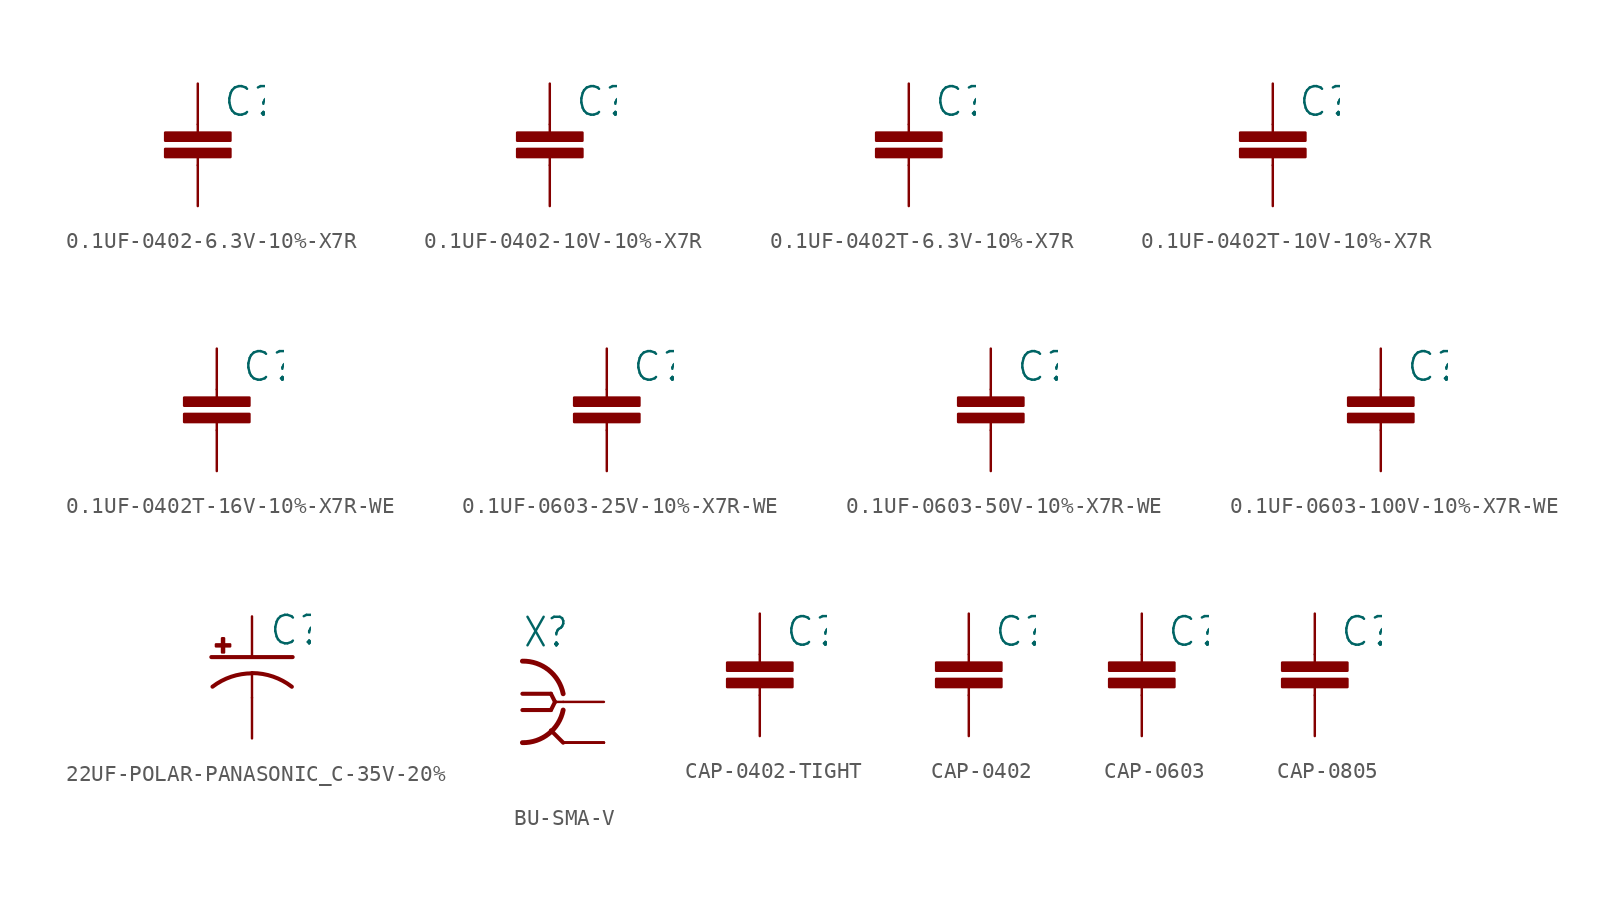
<source format=kicad_sym>
(kicad_symbol_lib
  (version 20231120)
  (generator "kicad_symbol_editor")
  (generator_version "8.0")
  (symbol "0.1UF-0402-6.3V-10%-X7R"
    (property "Reference" "C"
      (at 1.524 2.921 0)
      (effects (font (size 1.778 1.778)) (justify left bottom)))
    (property "Value" ""
      (at 1.524 -2.159 0)
      (effects (font (size 1.778 1.778)) (justify left bottom)))
    (property "ki_locked" ""
      (at 0 0 0)
      (effects (font (size 1.27 1.27))))
    (symbol "0.1UF-0402-6.3V-10%-X7R_1_0"
      (rectangle (start -2.032 0.508) (end 2.032 1.016) (stroke (width 0) (type default)) (fill (type outline)))
      (rectangle (start -2.032 1.524) (end 2.032 2.032) (stroke (width 0) (type default)) (fill (type outline)))
      (polyline (pts (xy 0 0) (xy 0 0.508)) (stroke (width 0.152) (type solid)) (fill (type none)))
      (polyline (pts (xy 0 2.54) (xy 0 2.032)) (stroke (width 0.152) (type solid)) (fill (type none)))
      (pin passive line (at 0 5.08 270) (length 2.54) (name "1" (effects (font (size 0 0)))) (number "1" (effects (font (size 0 0)))))
      (pin passive line (at 0 -2.54 90) (length 2.54) (name "2" (effects (font (size 0 0)))) (number "2" (effects (font (size 0 0)))))))
  (symbol "0.1UF-0402-10V-10%-X7R"
    (property "Reference" "C"
      (at 1.524 2.921 0)
      (effects (font (size 1.778 1.778)) (justify left bottom)))
    (property "Value" ""
      (at 1.524 -2.159 0)
      (effects (font (size 1.778 1.778)) (justify left bottom)))
    (property "ki_locked" ""
      (at 0 0 0)
      (effects (font (size 1.27 1.27))))
    (symbol "0.1UF-0402-10V-10%-X7R_1_0"
      (rectangle (start -2.032 0.508) (end 2.032 1.016) (stroke (width 0) (type default)) (fill (type outline)))
      (rectangle (start -2.032 1.524) (end 2.032 2.032) (stroke (width 0) (type default)) (fill (type outline)))
      (polyline (pts (xy 0 0) (xy 0 0.508)) (stroke (width 0.152) (type solid)) (fill (type none)))
      (polyline (pts (xy 0 2.54) (xy 0 2.032)) (stroke (width 0.152) (type solid)) (fill (type none)))
      (pin passive line (at 0 5.08 270) (length 2.54) (name "1" (effects (font (size 0 0)))) (number "1" (effects (font (size 0 0)))))
      (pin passive line (at 0 -2.54 90) (length 2.54) (name "2" (effects (font (size 0 0)))) (number "2" (effects (font (size 0 0)))))))
  (symbol "0.1UF-0402T-6.3V-10%-X7R"
    (property "Reference" "C"
      (at 1.524 2.921 0)
      (effects (font (size 1.778 1.778)) (justify left bottom)))
    (property "Value" ""
      (at 1.524 -2.159 0)
      (effects (font (size 1.778 1.778)) (justify left bottom)))
    (property "ki_locked" ""
      (at 0 0 0)
      (effects (font (size 1.27 1.27))))
    (symbol "0.1UF-0402T-6.3V-10%-X7R_1_0"
      (rectangle (start -2.032 0.508) (end 2.032 1.016) (stroke (width 0) (type default)) (fill (type outline)))
      (rectangle (start -2.032 1.524) (end 2.032 2.032) (stroke (width 0) (type default)) (fill (type outline)))
      (polyline (pts (xy 0 0) (xy 0 0.508)) (stroke (width 0.152) (type solid)) (fill (type none)))
      (polyline (pts (xy 0 2.54) (xy 0 2.032)) (stroke (width 0.152) (type solid)) (fill (type none)))
      (pin passive line (at 0 5.08 270) (length 2.54) (name "1" (effects (font (size 0 0)))) (number "1" (effects (font (size 0 0)))))
      (pin passive line (at 0 -2.54 90) (length 2.54) (name "2" (effects (font (size 0 0)))) (number "2" (effects (font (size 0 0)))))))
  (symbol "0.1UF-0402T-10V-10%-X7R"
    (property "Reference" "C"
      (at 1.524 2.921 0)
      (effects (font (size 1.778 1.778)) (justify left bottom)))
    (property "Value" ""
      (at 1.524 -2.159 0)
      (effects (font (size 1.778 1.778)) (justify left bottom)))
    (property "ki_locked" ""
      (at 0 0 0)
      (effects (font (size 1.27 1.27))))
    (symbol "0.1UF-0402T-10V-10%-X7R_1_0"
      (rectangle (start -2.032 0.508) (end 2.032 1.016) (stroke (width 0) (type default)) (fill (type outline)))
      (rectangle (start -2.032 1.524) (end 2.032 2.032) (stroke (width 0) (type default)) (fill (type outline)))
      (polyline (pts (xy 0 0) (xy 0 0.508)) (stroke (width 0.152) (type solid)) (fill (type none)))
      (polyline (pts (xy 0 2.54) (xy 0 2.032)) (stroke (width 0.152) (type solid)) (fill (type none)))
      (pin passive line (at 0 5.08 270) (length 2.54) (name "1" (effects (font (size 0 0)))) (number "1" (effects (font (size 0 0)))))
      (pin passive line (at 0 -2.54 90) (length 2.54) (name "2" (effects (font (size 0 0)))) (number "2" (effects (font (size 0 0)))))))
  (symbol "0.1UF-0402T-16V-10%-X7R-WE"
    (property "Reference" "C"
      (at 1.524 2.921 0)
      (effects (font (size 1.778 1.778)) (justify left bottom)))
    (property "Value" ""
      (at 1.524 -2.159 0)
      (effects (font (size 1.778 1.778)) (justify left bottom)))
    (property "ki_locked" ""
      (at 0 0 0)
      (effects (font (size 1.27 1.27))))
    (symbol "0.1UF-0402T-16V-10%-X7R-WE_1_0"
      (rectangle (start -2.032 0.508) (end 2.032 1.016) (stroke (width 0) (type default)) (fill (type outline)))
      (rectangle (start -2.032 1.524) (end 2.032 2.032) (stroke (width 0) (type default)) (fill (type outline)))
      (polyline (pts (xy 0 0) (xy 0 0.508)) (stroke (width 0.152) (type solid)) (fill (type none)))
      (polyline (pts (xy 0 2.54) (xy 0 2.032)) (stroke (width 0.152) (type solid)) (fill (type none)))
      (pin passive line (at 0 5.08 270) (length 2.54) (name "1" (effects (font (size 0 0)))) (number "1" (effects (font (size 0 0)))))
      (pin passive line (at 0 -2.54 90) (length 2.54) (name "2" (effects (font (size 0 0)))) (number "2" (effects (font (size 0 0)))))))
  (symbol "0.1UF-0603-25V-10%-X7R-WE"
    (property "Reference" "C"
      (at 1.524 2.921 0)
      (effects (font (size 1.778 1.778)) (justify left bottom)))
    (property "Value" ""
      (at 1.524 -2.159 0)
      (effects (font (size 1.778 1.778)) (justify left bottom)))
    (property "ki_locked" ""
      (at 0 0 0)
      (effects (font (size 1.27 1.27))))
    (symbol "0.1UF-0603-25V-10%-X7R-WE_1_0"
      (rectangle (start -2.032 0.508) (end 2.032 1.016) (stroke (width 0) (type default)) (fill (type outline)))
      (rectangle (start -2.032 1.524) (end 2.032 2.032) (stroke (width 0) (type default)) (fill (type outline)))
      (polyline (pts (xy 0 0) (xy 0 0.508)) (stroke (width 0.152) (type solid)) (fill (type none)))
      (polyline (pts (xy 0 2.54) (xy 0 2.032)) (stroke (width 0.152) (type solid)) (fill (type none)))
      (pin passive line (at 0 5.08 270) (length 2.54) (name "1" (effects (font (size 0 0)))) (number "1" (effects (font (size 0 0)))))
      (pin passive line (at 0 -2.54 90) (length 2.54) (name "2" (effects (font (size 0 0)))) (number "2" (effects (font (size 0 0)))))))
  (symbol "0.1UF-0603-50V-10%-X7R-WE"
    (property "Reference" "C"
      (at 1.524 2.921 0)
      (effects (font (size 1.778 1.778)) (justify left bottom)))
    (property "Value" ""
      (at 1.524 -2.159 0)
      (effects (font (size 1.778 1.778)) (justify left bottom)))
    (property "ki_locked" ""
      (at 0 0 0)
      (effects (font (size 1.27 1.27))))
    (symbol "0.1UF-0603-50V-10%-X7R-WE_1_0"
      (rectangle (start -2.032 0.508) (end 2.032 1.016) (stroke (width 0) (type default)) (fill (type outline)))
      (rectangle (start -2.032 1.524) (end 2.032 2.032) (stroke (width 0) (type default)) (fill (type outline)))
      (polyline (pts (xy 0 0) (xy 0 0.508)) (stroke (width 0.152) (type solid)) (fill (type none)))
      (polyline (pts (xy 0 2.54) (xy 0 2.032)) (stroke (width 0.152) (type solid)) (fill (type none)))
      (pin passive line (at 0 5.08 270) (length 2.54) (name "1" (effects (font (size 0 0)))) (number "1" (effects (font (size 0 0)))))
      (pin passive line (at 0 -2.54 90) (length 2.54) (name "2" (effects (font (size 0 0)))) (number "2" (effects (font (size 0 0)))))))
  (symbol "0.1UF-0603-100V-10%-X7R-WE"
    (property "Reference" "C"
      (at 1.524 2.921 0)
      (effects (font (size 1.778 1.778)) (justify left bottom)))
    (property "Value" ""
      (at 1.524 -2.159 0)
      (effects (font (size 1.778 1.778)) (justify left bottom)))
    (property "ki_locked" ""
      (at 0 0 0)
      (effects (font (size 1.27 1.27))))
    (symbol "0.1UF-0603-100V-10%-X7R-WE_1_0"
      (rectangle (start -2.032 0.508) (end 2.032 1.016) (stroke (width 0) (type default)) (fill (type outline)))
      (rectangle (start -2.032 1.524) (end 2.032 2.032) (stroke (width 0) (type default)) (fill (type outline)))
      (polyline (pts (xy 0 0) (xy 0 0.508)) (stroke (width 0.152) (type solid)) (fill (type none)))
      (polyline (pts (xy 0 2.54) (xy 0 2.032)) (stroke (width 0.152) (type solid)) (fill (type none)))
      (pin passive line (at 0 5.08 270) (length 2.54) (name "1" (effects (font (size 0 0)))) (number "1" (effects (font (size 0 0)))))
      (pin passive line (at 0 -2.54 90) (length 2.54) (name "2" (effects (font (size 0 0)))) (number "2" (effects (font (size 0 0)))))))
  (symbol "22UF-POLAR-PANASONIC_C-35V-20%"
    (property "Reference" "C"
      (at 1.016 0.635 0)
      (effects (font (size 1.778 1.778)) (justify left bottom)))
    (property "Value" ""
      (at 1.016 -4.191 0)
      (effects (font (size 1.778 1.778)) (justify left bottom)))
    (property "ki_locked" ""
      (at 0 0 0)
      (effects (font (size 1.27 1.27))))
    (symbol "22UF-POLAR-PANASONIC_C-35V-20%_1_0"
      (rectangle (start -2.253 0.668) (end -1.364 0.795) (stroke (width 0) (type default)) (fill (type outline)))
      (rectangle (start -1.872 0.287) (end -1.745 1.176) (stroke (width 0) (type default)) (fill (type outline)))
      (arc (start 0 -1.0161) (mid -1.3021 -1.2303) (end -2.4669 -1.8504) (stroke (width 0.254) (type solid)) (fill (type none)))
      (polyline (pts (xy -2.54 0) (xy 2.54 0)) (stroke (width 0.254) (type solid)) (fill (type none)))
      (polyline (pts (xy 0 -1.016) (xy 0 -2.54)) (stroke (width 0.152) (type solid)) (fill (type none)))
      (arc (start 2.4892 -1.8541) (mid 1.3158 -1.2194) (end 0 -1) (stroke (width 0.254) (type solid)) (fill (type none)))
      (pin passive line (at 0 2.54 270) (length 2.54) (name "+" (effects (font (size 0 0)))) (number "+" (effects (font (size 0 0)))))
      (pin passive line (at 0 -5.08 90) (length 2.54) (name "-" (effects (font (size 0 0)))) (number "-" (effects (font (size 0 0)))))))
  (symbol "BU-SMA-V"
    (property "Reference" "X"
      (at -2.54 3.302 0)
      (effects (font (size 1.778 1.511)) (justify left bottom)))
    (property "Value" ""
      (at -2.54 -5.08 0)
      (effects (font (size 1.778 1.511)) (justify left bottom)))
    (property "ki_locked" ""
      (at 0 0 0)
      (effects (font (size 1.27 1.27))))
    (symbol "BU-SMA-V_1_0"
      (arc (start -2.54 -2.54) (mid -0.9022 -1.9838) (end 0 -0.508) (stroke (width 0.3048) (type solid)) (fill (type none)))
      (polyline (pts (xy -2.54 0.508) (xy -0.762 0.508)) (stroke (width 0.254) (type solid)) (fill (type none)))
      (polyline (pts (xy -0.762 -0.508) (xy -2.54 -0.508)) (stroke (width 0.254) (type solid)) (fill (type none)))
      (polyline (pts (xy -0.762 0.508) (xy -0.508 0)) (stroke (width 0.254) (type solid)) (fill (type none)))
      (polyline (pts (xy -0.508 0) (xy -0.762 -0.508)) (stroke (width 0.254) (type solid)) (fill (type none)))
      (polyline (pts (xy 0 -2.54) (xy -0.762 -1.778)) (stroke (width 0.254) (type solid)) (fill (type none)))
      (polyline (pts (xy 0 0) (xy -0.508 0)) (stroke (width 0.152) (type solid)) (fill (type none)))
      (arc (start 0 0.508) (mid -0.9022 1.9838) (end -2.54 2.54) (stroke (width 0.3048) (type solid)) (fill (type none)))
      (pin passive line (at 2.54 0 180) (length 2.54) (name "1" (effects (font (size 0 0)))) (number "1" (effects (font (size 0 0)))))
      (pin passive line (at 2.54 -2.54 180) (length 2.54) (name "2" (effects (font (size 0 0)))) (number "2" (effects (font (size 0 0)))))
      (pin passive line (at 2.54 -2.54 180) (length 2.54) (name "2" (effects (font (size 0 0)))) (number "3" (effects (font (size 0 0)))))
      (pin passive line (at 2.54 -2.54 180) (length 2.54) (name "2" (effects (font (size 0 0)))) (number "4" (effects (font (size 0 0)))))
      (pin passive line (at 2.54 -2.54 180) (length 2.54) (name "2" (effects (font (size 0 0)))) (number "5" (effects (font (size 0 0)))))))
  (symbol "CAP-0402-TIGHT"
    (property "Reference" "C"
      (at 1.524 2.921 0)
      (effects (font (size 1.778 1.778)) (justify left bottom)))
    (property "Value" ""
      (at 1.524 -2.159 0)
      (effects (font (size 1.778 1.778)) (justify left bottom)))
    (property "ki_locked" ""
      (at 0 0 0)
      (effects (font (size 1.27 1.27))))
    (symbol "CAP-0402-TIGHT_1_0"
      (rectangle (start -2.032 0.508) (end 2.032 1.016) (stroke (width 0) (type default)) (fill (type outline)))
      (rectangle (start -2.032 1.524) (end 2.032 2.032) (stroke (width 0) (type default)) (fill (type outline)))
      (polyline (pts (xy 0 0) (xy 0 0.508)) (stroke (width 0.152) (type solid)) (fill (type none)))
      (polyline (pts (xy 0 2.54) (xy 0 2.032)) (stroke (width 0.152) (type solid)) (fill (type none)))
      (pin passive line (at 0 5.08 270) (length 2.54) (name "1" (effects (font (size 0 0)))) (number "1" (effects (font (size 0 0)))))
      (pin passive line (at 0 -2.54 90) (length 2.54) (name "2" (effects (font (size 0 0)))) (number "2" (effects (font (size 0 0)))))))
  (symbol "CAP-0402"
    (property "Reference" "C"
      (at 1.524 2.921 0)
      (effects (font (size 1.778 1.778)) (justify left bottom)))
    (property "Value" ""
      (at 1.524 -2.159 0)
      (effects (font (size 1.778 1.778)) (justify left bottom)))
    (property "ki_locked" ""
      (at 0 0 0)
      (effects (font (size 1.27 1.27))))
    (symbol "CAP-0402_1_0"
      (rectangle (start -2.032 0.508) (end 2.032 1.016) (stroke (width 0) (type default)) (fill (type outline)))
      (rectangle (start -2.032 1.524) (end 2.032 2.032) (stroke (width 0) (type default)) (fill (type outline)))
      (polyline (pts (xy 0 0) (xy 0 0.508)) (stroke (width 0.152) (type solid)) (fill (type none)))
      (polyline (pts (xy 0 2.54) (xy 0 2.032)) (stroke (width 0.152) (type solid)) (fill (type none)))
      (pin passive line (at 0 5.08 270) (length 2.54) (name "1" (effects (font (size 0 0)))) (number "1" (effects (font (size 0 0)))))
      (pin passive line (at 0 -2.54 90) (length 2.54) (name "2" (effects (font (size 0 0)))) (number "2" (effects (font (size 0 0)))))))
  (symbol "CAP-0603"
    (property "Reference" "C"
      (at 1.524 2.921 0)
      (effects (font (size 1.778 1.778)) (justify left bottom)))
    (property "Value" ""
      (at 1.524 -2.159 0)
      (effects (font (size 1.778 1.778)) (justify left bottom)))
    (property "ki_locked" ""
      (at 0 0 0)
      (effects (font (size 1.27 1.27))))
    (symbol "CAP-0603_1_0"
      (rectangle (start -2.032 0.508) (end 2.032 1.016) (stroke (width 0) (type default)) (fill (type outline)))
      (rectangle (start -2.032 1.524) (end 2.032 2.032) (stroke (width 0) (type default)) (fill (type outline)))
      (polyline (pts (xy 0 0) (xy 0 0.508)) (stroke (width 0.152) (type solid)) (fill (type none)))
      (polyline (pts (xy 0 2.54) (xy 0 2.032)) (stroke (width 0.152) (type solid)) (fill (type none)))
      (pin passive line (at 0 5.08 270) (length 2.54) (name "1" (effects (font (size 0 0)))) (number "1" (effects (font (size 0 0)))))
      (pin passive line (at 0 -2.54 90) (length 2.54) (name "2" (effects (font (size 0 0)))) (number "2" (effects (font (size 0 0)))))))
  (symbol "CAP-0805"
    (property "Reference" "C"
      (at 1.524 2.921 0)
      (effects (font (size 1.778 1.778)) (justify left bottom)))
    (property "Value" ""
      (at 1.524 -2.159 0)
      (effects (font (size 1.778 1.778)) (justify left bottom)))
    (property "ki_locked" ""
      (at 0 0 0)
      (effects (font (size 1.27 1.27))))
    (symbol "CAP-0805_1_0"
      (rectangle (start -2.032 0.508) (end 2.032 1.016) (stroke (width 0) (type default)) (fill (type outline)))
      (rectangle (start -2.032 1.524) (end 2.032 2.032) (stroke (width 0) (type default)) (fill (type outline)))
      (polyline (pts (xy 0 0) (xy 0 0.508)) (stroke (width 0.152) (type solid)) (fill (type none)))
      (polyline (pts (xy 0 2.54) (xy 0 2.032)) (stroke (width 0.152) (type solid)) (fill (type none)))
      (pin passive line (at 0 5.08 270) (length 2.54) (name "1" (effects (font (size 0 0)))) (number "1" (effects (font (size 0 0)))))
      (pin passive line (at 0 -2.54 90) (length 2.54) (name "2" (effects (font (size 0 0)))) (number "2" (effects (font (size 0 0))))))))
</source>
